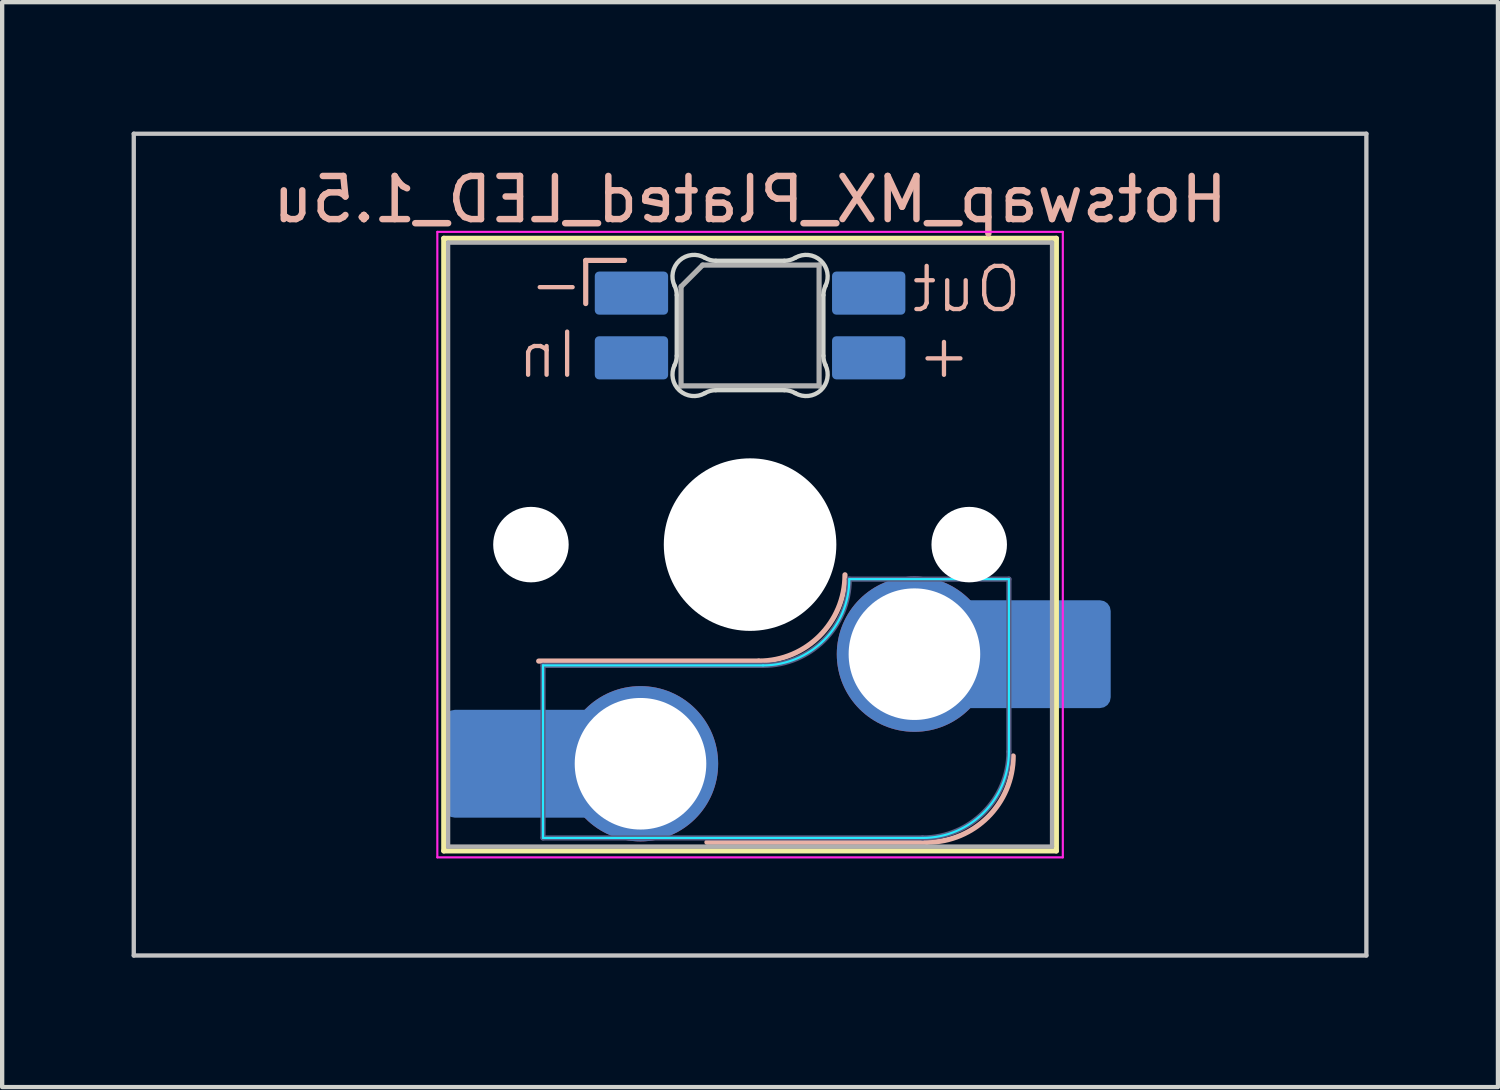
<source format=kicad_pcb>
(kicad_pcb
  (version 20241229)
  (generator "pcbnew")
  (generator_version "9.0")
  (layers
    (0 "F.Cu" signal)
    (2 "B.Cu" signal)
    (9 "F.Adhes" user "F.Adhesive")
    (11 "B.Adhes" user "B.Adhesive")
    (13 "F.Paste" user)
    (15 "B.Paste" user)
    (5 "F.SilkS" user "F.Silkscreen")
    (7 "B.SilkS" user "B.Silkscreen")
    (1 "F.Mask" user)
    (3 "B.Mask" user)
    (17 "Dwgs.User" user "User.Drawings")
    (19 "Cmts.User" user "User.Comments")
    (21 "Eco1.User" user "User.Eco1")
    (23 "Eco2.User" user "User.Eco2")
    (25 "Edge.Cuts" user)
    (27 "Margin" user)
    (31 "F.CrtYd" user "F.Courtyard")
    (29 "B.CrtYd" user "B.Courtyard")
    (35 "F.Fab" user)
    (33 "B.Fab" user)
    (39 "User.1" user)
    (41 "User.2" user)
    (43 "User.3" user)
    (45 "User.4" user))
  (footprint "Hotswap_MX_Plated_LED_1.5u"
    (layer "F.Cu")
    (at 14.338 9.575)
    (property "Reference" "Hotswap_MX_Plated_LED_1.5u" (at 0 -8.001 0) (layer "B.SilkS") (effects (font (size 1 1) (thickness 0.15)) (justify mirror)))
    (fp_line (start -7.1 -7.1) (end -7.1 7.1) (stroke (width 0.12) (type solid)) (layer "F.SilkS"))
    (fp_line (start -7.1 7.1) (end 7.1 7.1) (stroke (width 0.12) (type solid)) (layer "F.SilkS"))
    (fp_line (start 7.1 -7.1) (end -7.1 -7.1) (stroke (width 0.12) (type solid)) (layer "F.SilkS"))
    (fp_line (start 7.1 7.1) (end 7.1 -7.1) (stroke (width 0.12) (type solid)) (layer "F.SilkS"))
    (fp_line (start -3.81 -6.588) (end -2.91 -6.588) (stroke (width 0.12) (type solid)) (layer "B.SilkS"))
    (fp_line (start -3.81 -5.588) (end -3.81 -6.588) (stroke (width 0.12) (type solid)) (layer "B.SilkS"))
    (fp_line (start 0.2 2.7) (end -4.9 2.7) (stroke (width 0.12) (type solid)) (layer "B.SilkS"))
    (fp_line (start 4.1 6.9) (end -1 6.9) (stroke (width 0.12) (type solid)) (layer "B.SilkS"))
    (fp_arc (start 2.2 0.7) (mid 1.614214 2.114214) (end 0.2 2.7) (stroke (width 0.12) (type solid)) (layer "B.SilkS"))
    (fp_arc (start 6.1 4.9) (mid 5.514214 6.314214) (end 4.1 6.9) (stroke (width 0.12) (type solid)) (layer "B.SilkS"))
    (fp_line (start -14.287 -9.525) (end -14.287 9.525) (stroke (width 0.1) (type solid)) (layer "Dwgs.User"))
    (fp_line (start -14.287 9.525) (end 14.287 9.525) (stroke (width 0.1) (type solid)) (layer "Dwgs.User"))
    (fp_line (start 14.287 -9.525) (end -14.287 -9.525) (stroke (width 0.1) (type solid)) (layer "Dwgs.User"))
    (fp_line (start 14.287 9.525) (end 14.287 -9.525) (stroke (width 0.1) (type solid)) (layer "Dwgs.User"))
    (fp_line (start -0.25 -0.25) (end 0 0) (stroke (width 0.12) (type solid)) (layer "Cmts.User"))
    (fp_line (start 0 0) (end -0.25 0.25) (stroke (width 0.12) (type solid)) (layer "Cmts.User"))
    (fp_line (start 0 0) (end 0.25 0.25) (stroke (width 0.12) (type solid)) (layer "Cmts.User"))
    (fp_line (start 0.25 -0.25) (end 0 0) (stroke (width 0.12) (type solid)) (layer "Cmts.User"))
    (fp_line (start -7.8 -6) (end -7 -6) (stroke (width 0.1) (type solid)) (layer "Eco1.User"))
    (fp_line (start -7.8 -2.9) (end -7.8 -6) (stroke (width 0.1) (type solid)) (layer "Eco1.User"))
    (fp_line (start -7.8 2.9) (end -7 2.9) (stroke (width 0.1) (type solid)) (layer "Eco1.User"))
    (fp_line (start -7.8 6) (end -7.8 2.9) (stroke (width 0.1) (type solid)) (layer "Eco1.User"))
    (fp_line (start -7 -7) (end 7 -7) (stroke (width 0.1) (type solid)) (layer "Eco1.User"))
    (fp_line (start -7 -6) (end -7 -7) (stroke (width 0.1) (type solid)) (layer "Eco1.User"))
    (fp_line (start -7 -2.9) (end -7.8 -2.9) (stroke (width 0.1) (type solid)) (layer "Eco1.User"))
    (fp_line (start -7 2.9) (end -7 -2.9) (stroke (width 0.1) (type solid)) (layer "Eco1.User"))
    (fp_line (start -7 6) (end -7.8 6) (stroke (width 0.1) (type solid)) (layer "Eco1.User"))
    (fp_line (start -7 7) (end -7 6) (stroke (width 0.1) (type solid)) (layer "Eco1.User"))
    (fp_line (start 7 -7) (end 7 -6) (stroke (width 0.1) (type solid)) (layer "Eco1.User"))
    (fp_line (start 7 -6) (end 7.8 -6) (stroke (width 0.1) (type solid)) (layer "Eco1.User"))
    (fp_line (start 7 -2.9) (end 7 2.9) (stroke (width 0.1) (type solid)) (layer "Eco1.User"))
    (fp_line (start 7 2.9) (end 7.8 2.9) (stroke (width 0.1) (type solid)) (layer "Eco1.User"))
    (fp_line (start 7 6) (end 7 7) (stroke (width 0.1) (type solid)) (layer "Eco1.User"))
    (fp_line (start 7 7) (end -7 7) (stroke (width 0.1) (type solid)) (layer "Eco1.User"))
    (fp_line (start 7.8 -6) (end 7.8 -2.9) (stroke (width 0.1) (type solid)) (layer "Eco1.User"))
    (fp_line (start 7.8 -2.9) (end 7 -2.9) (stroke (width 0.1) (type solid)) (layer "Eco1.User"))
    (fp_line (start 7.8 2.9) (end 7.8 6) (stroke (width 0.1) (type solid)) (layer "Eco1.User"))
    (fp_line (start 7.8 6) (end 7 6) (stroke (width 0.1) (type solid)) (layer "Eco1.User"))
    (fp_line (start -1.7 -5.783) (end -1.7 -4.377) (stroke (width 0.1) (type solid)) (layer "Edge.Cuts"))
    (fp_line (start -0.794 -3.58) (end 0.794 -3.58) (stroke (width 0.1) (type solid)) (layer "Edge.Cuts"))
    (fp_line (start 0.794 -6.58) (end -0.794 -6.58) (stroke (width 0.1) (type solid)) (layer "Edge.Cuts"))
    (fp_line (start 1.7 -4.377) (end 1.7 -5.783) (stroke (width 0.1) (type solid)) (layer "Edge.Cuts"))
    (fp_arc (start -1.749484 -5.999721) (mid -1.712518 -5.894071) (end -1.699999 -5.782844) (stroke (width 0.1) (type solid)) (layer "Edge.Cuts"))
    (fp_arc (start -1.749484 -5.999721) (mid -1.638071 -6.584035) (end -1.046711 -6.648299) (stroke (width 0.1) (type solid)) (layer "Edge.Cuts"))
    (fp_arc (start -1.699999 -4.377159) (mid -1.712528 -4.265933) (end -1.749484 -4.160281) (stroke (width 0.1) (type solid)) (layer "Edge.Cuts"))
    (fp_arc (start -1.046711 -3.511702) (mid -1.638072 -3.575966) (end -1.749484 -4.160282) (stroke (width 0.1) (type solid)) (layer "Edge.Cuts"))
    (fp_arc (start -1.046711 -3.511702) (mid -0.925123 -3.562624) (end -0.794452 -3.580001) (stroke (width 0.1) (type solid)) (layer "Edge.Cuts"))
    (fp_arc (start -0.794453 -6.58) (mid -0.925123 -6.597377) (end -1.046711 -6.648299) (stroke (width 0.1) (type solid)) (layer "Edge.Cuts"))
    (fp_arc (start 0.794452 -3.580001) (mid 0.925122 -3.562624) (end 1.04671 -3.511702) (stroke (width 0.1) (type solid)) (layer "Edge.Cuts"))
    (fp_arc (start 1.046711 -6.6483) (mid 0.925123 -6.597378) (end 0.794453 -6.580001) (stroke (width 0.1) (type solid)) (layer "Edge.Cuts"))
    (fp_arc (start 1.046711 -6.6483) (mid 1.638072 -6.584036) (end 1.749484 -5.999721) (stroke (width 0.1) (type solid)) (layer "Edge.Cuts"))
    (fp_arc (start 1.699999 -5.782843) (mid 1.712528 -5.894069) (end 1.749484 -5.999721) (stroke (width 0.1) (type solid)) (layer "Edge.Cuts"))
    (fp_arc (start 1.749484 -4.160281) (mid 1.63807 -3.575967) (end 1.046711 -3.511704) (stroke (width 0.1) (type solid)) (layer "Edge.Cuts"))
    (fp_arc (start 1.749484 -4.160281) (mid 1.712519 -4.265931) (end 1.699999 -4.377158) (stroke (width 0.1) (type solid)) (layer "Edge.Cuts"))
    (fp_line (start -4.8 6.8) (end -4.8 2.8) (stroke (width 0.05) (type solid)) (layer "B.CrtYd"))
    (fp_line (start 0.3 2.8) (end -4.8 2.8) (stroke (width 0.05) (type solid)) (layer "B.CrtYd"))
    (fp_line (start 4 6.8) (end -4.8 6.8) (stroke (width 0.05) (type solid)) (layer "B.CrtYd"))
    (fp_line (start 6 0.8) (end 2.3 0.8) (stroke (width 0.05) (type solid)) (layer "B.CrtYd"))
    (fp_line (start 6 0.8) (end 6 4.8) (stroke (width 0.05) (type solid)) (layer "B.CrtYd"))
    (fp_arc (start 2.3 0.8) (mid 1.714214 2.214214) (end 0.3 2.8) (stroke (width 0.05) (type solid)) (layer "B.CrtYd"))
    (fp_arc (start 6 4.8) (mid 5.414214 6.214214) (end 4 6.8) (stroke (width 0.05) (type solid)) (layer "B.CrtYd"))
    (fp_line (start -7.25 -7.25) (end -7.25 7.25) (stroke (width 0.05) (type solid)) (layer "F.CrtYd"))
    (fp_line (start -7.25 7.25) (end 7.25 7.25) (stroke (width 0.05) (type solid)) (layer "F.CrtYd"))
    (fp_line (start 7.25 -7.25) (end -7.25 -7.25) (stroke (width 0.05) (type solid)) (layer "F.CrtYd"))
    (fp_line (start 7.25 7.25) (end 7.25 -7.25) (stroke (width 0.05) (type solid)) (layer "F.CrtYd"))
    (fp_line (start -4.8 6.8) (end -4.8 2.8) (stroke (width 0.12) (type solid)) (layer "B.Fab"))
    (fp_line (start 0.3 2.8) (end -4.8 2.8) (stroke (width 0.12) (type solid)) (layer "B.Fab"))
    (fp_line (start 4 6.8) (end -4.8 6.8) (stroke (width 0.12) (type solid)) (layer "B.Fab"))
    (fp_line (start 6 0.8) (end 2.3 0.8) (stroke (width 0.12) (type solid)) (layer "B.Fab"))
    (fp_line (start 6 0.8) (end 6 4.8) (stroke (width 0.12) (type solid)) (layer "B.Fab"))
    (fp_arc (start 2.3 0.8) (mid 1.714214 2.214214) (end 0.3 2.8) (stroke (width 0.12) (type solid)) (layer "B.Fab"))
    (fp_arc (start 6 4.8) (mid 5.414214 6.214214) (end 4 6.8) (stroke (width 0.12) (type solid)) (layer "B.Fab"))
    (fp_line (start -7 -7) (end -7 7) (stroke (width 0.1) (type solid)) (layer "F.Fab"))
    (fp_line (start -7 7) (end 7 7) (stroke (width 0.1) (type solid)) (layer "F.Fab"))
    (fp_line (start -1.6 -5.98) (end -1.6 -3.68) (stroke (width 0.12) (type solid)) (layer "F.Fab"))
    (fp_line (start -1.6 -5.98) (end -1.1 -6.48) (stroke (width 0.12) (type solid)) (layer "F.Fab"))
    (fp_line (start -1.6 -3.68) (end 1.6 -3.68) (stroke (width 0.12) (type solid)) (layer "F.Fab"))
    (fp_line (start 1.6 -6.48) (end -1.1 -6.48) (stroke (width 0.12) (type solid)) (layer "F.Fab"))
    (fp_line (start 1.6 -6.48) (end 1.6 -3.68) (stroke (width 0.12) (type solid)) (layer "F.Fab"))
    (fp_line (start 7 -7) (end -7 -7) (stroke (width 0.1) (type solid)) (layer "F.Fab"))
    (fp_line (start 7 7) (end 7 -7) (stroke (width 0.1) (type solid)) (layer "F.Fab"))
    (fp_text user "-" (at -3.81 -6.477 180) (unlocked yes) (layer "B.SilkS") (effects (font (size 1 1) (thickness 0.1)) (justify left bottom)))
    (fp_text user "In" (at -3.937 -3.81 0) (unlocked yes) (layer "B.SilkS") (effects (font (size 1 1) (thickness 0.1)) (justify left bottom mirror)))
    (fp_text user "Out" (at 6.35 -5.334 0) (unlocked yes) (layer "B.SilkS") (effects (font (size 1 1) (thickness 0.1)) (justify left bottom mirror)))
    (fp_text user "+" (at 3.81 -4.826 180) (unlocked yes) (layer "B.SilkS") (effects (font (size 1 1) (thickness 0.1)) (justify left bottom mirror)))
    (pad "" smd roundrect (at -5.842 5.08 180) (size 2.55 2.5) (layers "B.Mask" "B.Paste") (roundrect_rratio 0.1))
    (pad "" np_thru_hole circle (at -5.08 0 180) (size 1.75 1.75) (drill 1.75) (layers "*.Cu" "*.Mask"))
    (pad "" np_thru_hole circle (at 0 0 180) (size 4 4) (drill 4) (layers "*.Cu" "*.Mask"))
    (pad "" np_thru_hole circle (at 5.08 0 180) (size 1.75 1.75) (drill 1.75) (layers "*.Cu" "*.Mask"))
    (pad "" smd roundrect (at 7.085 2.54 180) (size 2.55 2.5) (layers "B.Mask" "B.Paste") (roundrect_rratio 0.1))
    (pad "1" thru_hole circle (at 3.81 2.54 180) (size 3.6 3.6) (drill 3.05) (layers "*.Cu" "*.Mask"))
    (pad "1" smd roundrect (at 6.585 2.54 180) (size 3.55 2.5) (layers "B.Cu") (roundrect_rratio 0.1))
    (pad "2" smd roundrect (at -5.32 5.08 180) (size 3.55 2.5) (layers "B.Cu") (roundrect_rratio 0.1))
    (pad "2" thru_hole circle (at -2.54 5.08 270) (size 3.6 3.6) (drill 3.05) (layers "*.Cu" "*.Mask"))
    (pad "3" smd roundrect (at 2.75 -4.33 270) (size 1 1.7) (layers "B.Cu" "B.Mask" "B.Paste") (roundrect_rratio 0.1))
    (pad "4" smd roundrect (at 2.75 -5.83 270) (size 1 1.7) (layers "B.Cu" "B.Mask" "B.Paste") (roundrect_rratio 0.1))
    (pad "5" smd roundrect (at -2.75 -4.33 90) (size 1 1.7) (layers "B.Cu" "B.Mask" "B.Paste") (roundrect_rratio 0.1))
    (pad "6" smd roundrect (at -2.75 -5.83 90) (size 1 1.7) (layers "B.Cu" "B.Mask" "B.Paste") (roundrect_rratio 0.1)))
  (gr_rect
    (start -3 -3)
    (end 31.675 22.15)
    (stroke (width 0.1) (type default))
    (fill no)
    (layer "Edge.Cuts")))
</source>
